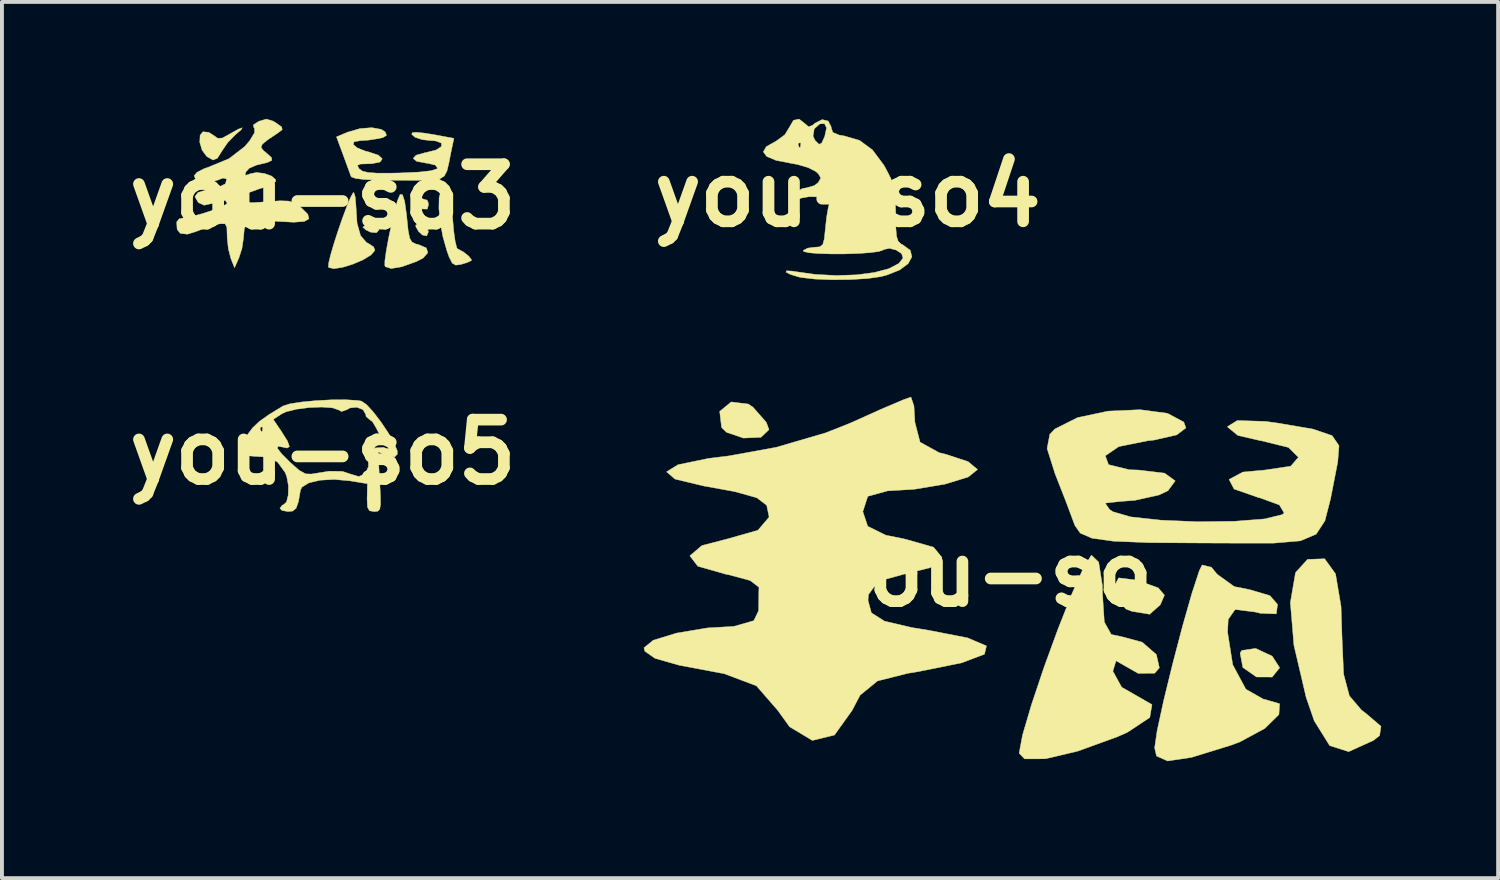
<source format=kicad_pcb>
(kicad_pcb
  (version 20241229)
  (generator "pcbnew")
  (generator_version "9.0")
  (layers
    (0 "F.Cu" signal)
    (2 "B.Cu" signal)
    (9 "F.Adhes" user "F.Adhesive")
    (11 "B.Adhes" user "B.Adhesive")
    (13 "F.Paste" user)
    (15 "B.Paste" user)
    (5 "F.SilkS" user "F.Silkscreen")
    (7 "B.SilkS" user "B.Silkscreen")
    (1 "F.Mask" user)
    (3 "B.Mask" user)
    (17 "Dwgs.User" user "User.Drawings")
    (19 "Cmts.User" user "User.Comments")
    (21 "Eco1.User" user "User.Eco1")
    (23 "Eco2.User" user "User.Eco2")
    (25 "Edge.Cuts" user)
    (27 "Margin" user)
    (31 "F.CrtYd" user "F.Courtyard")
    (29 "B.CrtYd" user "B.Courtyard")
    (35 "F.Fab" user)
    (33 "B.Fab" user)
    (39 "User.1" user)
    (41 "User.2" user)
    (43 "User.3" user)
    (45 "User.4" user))
  (footprint "you-so5"
    (layer "F.Cu")
    (at 5.232 8.55)
    (property "Reference" "you-so5" (at 0 0 0) (layer "F.SilkS") (effects (font (size 1.524 1.524) (thickness 0.3))))
    (attr through_hole)
    (fp_poly (pts (xy 0.886 -1.327) (xy 0.987 -1.311) (xy 1.117 -1.224) (xy 1.293 -1.033) (xy 1.488 -0.779) (xy 1.674 -0.502) (xy 1.823 -0.242) (xy 1.908 -0.04) (xy 1.914 0.048) (xy 1.842 0.123) (xy 1.688 0.098) (xy 1.642 0.081) (xy 1.416 -0.005) (xy 1.459 0.76) (xy 1.478 1.121) (xy 1.48 1.345) (xy 1.459 1.466) (xy 1.409 1.515) (xy 1.324 1.524) (xy 1.316 1.524) (xy 1.197 1.503) (xy 1.145 1.41) (xy 1.135 1.199) (xy 1.136 1.166) (xy 1.143 0.809) (xy 0.691 0.735) (xy 0.292 0.699) (xy -0.069 0.719) (xy -0.357 0.787) (xy -0.535 0.896) (xy -0.574 0.974) (xy -0.626 1.272) (xy -0.685 1.438) (xy -0.771 1.51) (xy -0.891 1.524) (xy -1.049 1.495) (xy -1.101 1.439) (xy -1.039 1.357) (xy -1.02 1.355) (xy -0.933 1.281) (xy -0.887 1.098) (xy -0.883 0.86) (xy -0.926 0.624) (xy -0.967 0.521) (xy -1.159 0.257) (xy -1.412 0.127) (xy -1.745 0.107) (xy -1.992 0.086) (xy -2.097 -0.021) (xy -2.063 -0.218) (xy -1.937 -0.445) (xy -1.826 -0.593) (xy -1.609 -0.593) (xy -1.578 -0.523) (xy -1.552 -0.536) (xy -1.542 -0.637) (xy -1.552 -0.649) (xy -1.603 -0.637) (xy -1.609 -0.593) (xy -1.826 -0.593) (xy -1.801 -0.626) (xy -1.628 -0.789) (xy -1.555 -0.841) (xy -1.272 -0.841) (xy -1.06 -0.528) (xy -0.904 -0.279) (xy -0.857 -0.143) (xy -0.918 -0.105) (xy -1.016 -0.127) (xy -1.15 -0.152) (xy -1.165 -0.099) (xy -1.056 0.043) (xy -0.832 0.268) (xy -0.605 0.467) (xy -0.438 0.557) (xy -0.284 0.561) (xy -0.261 0.556) (xy 0.162 0.488) (xy 0.503 0.493) (xy 0.712 0.562) (xy 0.921 0.626) (xy 1.089 0.551) (xy 1.171 0.366) (xy 1.168 0.257) (xy 1.199 0.03) (xy 1.341 -0.109) (xy 1.552 -0.122) (xy 1.584 -0.111) (xy 1.685 -0.084) (xy 1.666 -0.139) (xy 1.604 -0.218) (xy 1.47 -0.422) (xy 1.373 -0.614) (xy 1.276 -0.779) (xy 1.187 -0.847) (xy 1.109 -0.915) (xy 1.101 -0.968) (xy 1.031 -1.091) (xy 0.87 -1.153) (xy 0.692 -1.134) (xy 0.631 -1.097) (xy 0.483 -1.042) (xy 0.4 -1.085) (xy 0.239 -1.139) (xy -0.032 -1.157) (xy -0.356 -1.144) (xy -0.678 -1.102) (xy -0.943 -1.036) (xy -1.054 -0.984) (xy -1.272 -0.841) (xy -1.555 -0.841) (xy -1.38 -0.965) (xy -1.02 -1.185) (xy -0.844 -1.241) (xy -0.547 -1.287) (xy -0.177 -1.322) (xy 0.217 -1.343) (xy 0.588 -1.345) (xy 0.886 -1.327)) (stroke (width 0.01) (type solid)) (fill yes) (layer "F.SilkS")))
  (footprint "you-so"
    (layer "F.Cu")
    (at 22.293 11.682)
    (property "Reference" "you-so" (at 0 0 0) (layer "F.SilkS") (effects (font (size 1.524 1.524) (thickness 0.3))))
    (attr through_hole)
    (fp_poly (pts (xy 7.294 2.101) (xy 7.486 2.398) (xy 7.293 2.637) (xy 6.89 2.635) (xy 6.543 2.394) (xy 6.54 2.389) (xy 6.471 2.024) (xy 6.512 1.954) (xy 6.87 1.902) (xy 7.294 2.101)) (stroke (width 0.01) (type solid)) (fill yes) (layer "F.SilkS"))
    (fp_poly (pts (xy -6.146 -4.367) (xy -6.027 -4.287) (xy -5.685 -3.899) (xy -5.615 -3.71) (xy -5.822 -3.513) (xy -6.271 -3.494) (xy -6.706 -3.642) (xy -6.832 -3.766) (xy -6.88 -4.178) (xy -6.586 -4.42) (xy -6.146 -4.367)) (stroke (width 0.01) (type solid)) (fill yes) (layer "F.SilkS"))
    (fp_poly (pts (xy 3.81 0.149) (xy 4.372 0.349) (xy 4.53 0.536) (xy 4.423 0.784) (xy 4.15 1.026) (xy 3.694 0.951) (xy 3.543 0.892) (xy 3.24 0.54) (xy 3.208 0.361) (xy 3.356 0.093) (xy 3.81 0.149)) (stroke (width 0.01) (type solid)) (fill yes) (layer "F.SilkS"))
    (fp_poly (pts (xy 8.919 -0.01) (xy 9.06 0.825) (xy 9.086 1.638) (xy 9.126 2.56) (xy 9.274 3.119) (xy 9.585 3.485) (xy 9.692 3.565) (xy 10.085 3.9) (xy 10.05 4.137) (xy 9.893 4.262) (xy 9.256 4.551) (xy 8.768 4.396) (xy 8.373 3.762) (xy 8.165 3.16) (xy 7.851 1.82) (xy 7.76 0.725) (xy 7.892 -0.042) (xy 8.2 -0.382) (xy 8.64 -0.397) (xy 8.919 -0.01)) (stroke (width 0.01) (type solid)) (fill yes) (layer "F.SilkS"))
    (fp_poly (pts (xy 5.735 -0.18) (xy 5.883 0.001) (xy 6.321 0.316) (xy 6.714 0.394) (xy 7.235 0.548) (xy 7.431 0.773) (xy 7.4 1.017) (xy 6.99 1.001) (xy 6.853 0.968) (xy 6.343 0.904) (xy 6.166 1.156) (xy 6.149 1.483) (xy 6.281 2.32) (xy 6.618 2.948) (xy 7.074 3.208) (xy 7.095 3.208) (xy 7.484 3.321) (xy 7.467 3.598) (xy 7.107 3.954) (xy 6.468 4.299) (xy 6.236 4.386) (xy 5.22 4.699) (xy 4.61 4.79) (xy 4.326 4.663) (xy 4.278 4.454) (xy 4.342 4.012) (xy 4.509 3.243) (xy 4.74 2.298) (xy 4.995 1.327) (xy 5.236 0.482) (xy 5.423 -0.088) (xy 5.496 -0.238) (xy 5.735 -0.18)) (stroke (width 0.01) (type solid)) (fill yes) (layer "F.SilkS"))
    (fp_poly (pts (xy 2.843 -0.311) (xy 2.936 0.279) (xy 2.941 0.512) (xy 2.987 1.226) (xy 3.166 1.545) (xy 3.443 1.604) (xy 3.959 1.743) (xy 4.323 2.059) (xy 4.399 2.401) (xy 4.279 2.539) (xy 3.856 2.543) (xy 3.598 2.397) (xy 3.288 2.22) (xy 3.208 2.479) (xy 3.208 2.489) (xy 3.432 2.897) (xy 3.743 3.075) (xy 4.21 3.343) (xy 4.154 3.675) (xy 3.581 4.054) (xy 3.328 4.167) (xy 2.303 4.539) (xy 1.473 4.735) (xy 0.941 4.736) (xy 0.802 4.592) (xy 0.889 4.125) (xy 1.118 3.347) (xy 1.438 2.393) (xy 1.801 1.399) (xy 2.157 0.498) (xy 2.456 -0.173) (xy 2.65 -0.481) (xy 2.661 -0.486) (xy 2.843 -0.311)) (stroke (width 0.01) (type solid)) (fill yes) (layer "F.SilkS"))
    (fp_poly (pts (xy 4.607 -4.129) (xy 5.026 -3.905) (xy 5.08 -3.754) (xy 4.844 -3.575) (xy 4.26 -3.442) (xy 4.098 -3.425) (xy 3.358 -3.275) (xy 3.013 -3.04) (xy 3.094 -2.813) (xy 3.629 -2.681) (xy 3.855 -2.674) (xy 4.534 -2.594) (xy 4.806 -2.396) (xy 4.62 -2.143) (xy 4.39 -2.034) (xy 3.769 -1.896) (xy 3.387 -1.867) (xy 3.009 -1.825) (xy 3.12 -1.664) (xy 3.208 -1.604) (xy 3.664 -1.472) (xy 4.443 -1.387) (xy 5.384 -1.348) (xy 6.324 -1.359) (xy 7.101 -1.42) (xy 7.554 -1.531) (xy 7.6 -1.572) (xy 7.478 -1.779) (xy 6.983 -1.959) (xy 6.947 -1.966) (xy 6.316 -2.186) (xy 6.187 -2.433) (xy 6.542 -2.622) (xy 7.108 -2.674) (xy 7.77 -2.773) (xy 7.966 -3.001) (xy 7.712 -3.253) (xy 7.022 -3.423) (xy 6.998 -3.426) (xy 6.414 -3.561) (xy 6.151 -3.775) (xy 6.149 -3.79) (xy 6.398 -3.944) (xy 7.126 -3.921) (xy 7.419 -3.881) (xy 8.337 -3.725) (xy 8.831 -3.557) (xy 9.008 -3.299) (xy 8.975 -2.877) (xy 8.958 -2.791) (xy 8.792 -1.938) (xy 8.646 -1.37) (xy 8.422 -1.028) (xy 8.018 -0.857) (xy 7.337 -0.799) (xy 6.278 -0.799) (xy 5.468 -0.802) (xy 4.125 -0.811) (xy 3.223 -0.848) (xy 2.669 -0.925) (xy 2.369 -1.056) (xy 2.23 -1.255) (xy 2.225 -1.27) (xy 2.011 -1.844) (xy 1.724 -2.577) (xy 1.719 -2.591) (xy 1.519 -3.227) (xy 1.589 -3.592) (xy 1.717 -3.726) (xy 2.3 -4.019) (xy 3.083 -4.185) (xy 3.905 -4.222) (xy 4.607 -4.129)) (stroke (width 0.01) (type solid)) (fill yes) (layer "F.SilkS"))
    (fp_poly (pts (xy -1.896 -4.316) (xy -1.872 -3.898) (xy -1.74 -3.39) (xy -1.25 -3.119) (xy -1.069 -3.075) (xy -0.508 -2.89) (xy -0.268 -2.69) (xy -0.267 -2.686) (xy -0.505 -2.494) (xy -1.104 -2.311) (xy -1.891 -2.18) (xy -2.573 -2.139) (xy -3.081 -1.999) (xy -3.208 -1.607) (xy -3.082 -1.231) (xy -2.621 -1.003) (xy -2.129 -0.903) (xy -1.393 -0.694) (xy -1.176 -0.429) (xy -1.476 -0.17) (xy -2.16 0) (xy -2.816 0.181) (xy -3.063 0.521) (xy -3.075 0.668) (xy -2.989 0.989) (xy -2.652 1.203) (xy -1.947 1.368) (xy -1.537 1.434) (xy -0.52 1.632) (xy -0.036 1.838) (xy -0.087 2.051) (xy -0.67 2.272) (xy -1.787 2.498) (xy -2.048 2.54) (xy -2.831 2.737) (xy -3.278 3.102) (xy -3.484 3.495) (xy -3.936 4.125) (xy -4.503 4.264) (xy -5.087 3.913) (xy -5.392 3.49) (xy -5.938 2.862) (xy -6.768 2.55) (xy -6.863 2.533) (xy -7.924 2.333) (xy -8.54 2.157) (xy -8.799 1.976) (xy -8.823 1.887) (xy -8.585 1.693) (xy -7.985 1.509) (xy -7.197 1.377) (xy -6.517 1.337) (xy -6.005 1.191) (xy -5.882 0.936) (xy -5.876 0.446) (xy -5.872 0.334) (xy -6.097 0.161) (xy -6.659 0.01) (xy -6.719 0) (xy -7.442 -0.206) (xy -7.646 -0.473) (xy -7.336 -0.737) (xy -6.695 -0.903) (xy -5.901 -1.128) (xy -5.615 -1.463) (xy -5.615 -1.482) (xy -5.674 -1.769) (xy -5.929 -1.963) (xy -6.5 -2.122) (xy -7.286 -2.264) (xy -8.025 -2.441) (xy -8.243 -2.628) (xy -7.951 -2.81) (xy -7.162 -2.973) (xy -6.64 -3.037) (xy -5.431 -3.257) (xy -4.158 -3.629) (xy -3.533 -3.877) (xy -2.744 -4.232) (xy -2.175 -4.474) (xy -1.973 -4.545) (xy -1.896 -4.316)) (stroke (width 0.01) (type solid)) (fill yes) (layer "F.SilkS")))
  (footprint "you-so4"
    (layer "F.Cu")
    (at 18.697 1.938)
    (property "Reference" "you-so4" (at 0 0 0) (layer "F.SilkS") (effects (font (size 1.524 1.524) (thickness 0.3))))
    (attr through_hole)
    (fp_poly (pts (xy -1.099 -1.818) (xy -1.002 -1.735) (xy -0.9 -1.775) (xy -0.838 -1.828) (xy -0.655 -1.92) (xy -0.5 -1.883) (xy -0.424 -1.734) (xy -0.423 -1.707) (xy -0.38 -1.592) (xy -0.225 -1.525) (xy -0.089 -1.501) (xy 0.305 -1.386) (xy 0.635 -1.143) (xy 0.926 -0.753) (xy 0.978 -0.662) (xy 1.106 -0.411) (xy 1.181 -0.187) (xy 1.218 0.071) (xy 1.23 0.426) (xy 1.23 0.5) (xy 1.235 0.852) (xy 1.253 1.072) (xy 1.293 1.198) (xy 1.364 1.268) (xy 1.415 1.294) (xy 1.606 1.434) (xy 1.646 1.601) (xy 1.551 1.775) (xy 1.332 1.938) (xy 1.003 2.069) (xy 0.847 2.109) (xy 0.502 2.158) (xy 0.064 2.184) (xy -0.406 2.189) (xy -0.844 2.171) (xy -1.191 2.131) (xy -1.253 2.118) (xy -1.47 2.052) (xy -1.581 1.993) (xy -1.571 1.959) (xy -1.423 1.967) (xy -1.378 1.975) (xy -0.83 2.052) (xy -0.284 2.08) (xy 0.232 2.062) (xy 0.688 2.002) (xy 1.058 1.903) (xy 1.314 1.769) (xy 1.419 1.631) (xy 1.382 1.518) (xy 1.243 1.426) (xy 1.069 1.382) (xy 0.926 1.413) (xy 0.912 1.425) (xy 0.798 1.464) (xy 0.569 1.494) (xy 0.262 1.515) (xy -0.085 1.526) (xy -0.435 1.526) (xy -0.751 1.516) (xy -0.995 1.496) (xy -1.13 1.464) (xy -1.143 1.439) (xy -1.028 1.377) (xy -0.852 1.355) (xy -0.717 1.344) (xy -0.64 1.286) (xy -0.6 1.14) (xy -0.572 0.868) (xy -0.54 0.576) (xy -0.499 0.339) (xy -0.472 0.243) (xy -0.466 0.147) (xy -0.573 0.091) (xy -0.736 0.064) (xy -0.989 0.057) (xy -1.192 0.094) (xy -1.214 0.103) (xy -1.36 0.148) (xy -1.416 0.136) (xy -1.419 0.04) (xy -1.316 -0.071) (xy -1.158 -0.153) (xy -1.058 -0.169) (xy -0.855 -0.227) (xy -0.754 -0.306) (xy -0.691 -0.422) (xy -0.752 -0.529) (xy -0.823 -0.591) (xy -1.013 -0.688) (xy -1.292 -0.77) (xy -1.449 -0.798) (xy -1.839 -0.874) (xy -2.079 -0.975) (xy -2.165 -1.094) (xy -2.09 -1.224) (xy -2.01 -1.27) (xy -1.27 -1.27) (xy -1.239 -1.2) (xy -1.214 -1.214) (xy -1.203 -1.314) (xy -1.214 -1.326) (xy -1.264 -1.315) (xy -1.27 -1.27) (xy -2.01 -1.27) (xy -1.852 -1.359) (xy -1.847 -1.361) (xy -1.659 -1.497) (xy -0.889 -1.497) (xy -0.838 -1.386) (xy -0.737 -1.287) (xy -0.668 -1.315) (xy -0.59 -1.488) (xy -0.59 -1.489) (xy -0.542 -1.707) (xy -0.596 -1.817) (xy -0.716 -1.81) (xy -0.859 -1.682) (xy -0.889 -1.497) (xy -1.659 -1.497) (xy -1.614 -1.53) (xy -1.506 -1.707) (xy -1.392 -1.902) (xy -1.246 -1.933) (xy -1.099 -1.818)) (stroke (width 0.01) (type solid)) (fill yes) (layer "F.SilkS")))
  (footprint "you-so3"
    (layer "F.Cu")
    (at 5.232 1.998)
    (property "Reference" "you-so3" (at 0 0 0) (layer "F.SilkS") (effects (font (size 1.524 1.524) (thickness 0.3))))
    (attr through_hole)
    (fp_poly (pts (xy 1.299 0.029) (xy 1.352 0.05) (xy 1.466 0.153) (xy 1.453 0.233) (xy 1.371 0.293) (xy 1.237 0.229) (xy 1.223 0.219) (xy 1.117 0.095) (xy 1.152 0.019) (xy 1.299 0.029)) (stroke (width 0.01) (type solid)) (fill yes) (layer "F.SilkS"))
    (fp_poly (pts (xy 1.422 0.786) (xy 1.439 0.852) (xy 1.376 0.922) (xy 1.225 0.908) (xy 1.103 0.85) (xy 1.025 0.778) (xy 1.106 0.722) (xy 1.12 0.717) (xy 1.301 0.703) (xy 1.422 0.786)) (stroke (width 0.01) (type solid)) (fill yes) (layer "F.SilkS"))
    (fp_poly (pts (xy 2.635 0.773) (xy 2.708 0.885) (xy 2.709 0.898) (xy 2.664 1.005) (xy 2.551 0.979) (xy 2.454 0.887) (xy 2.384 0.763) (xy 2.389 0.716) (xy 2.501 0.701) (xy 2.635 0.773)) (stroke (width 0.01) (type solid)) (fill yes) (layer "F.SilkS"))
    (fp_poly (pts (xy 2.505 0.033) (xy 2.64 0.078) (xy 2.674 0.085) (xy 2.705 0.154) (xy 2.709 0.212) (xy 2.678 0.316) (xy 2.557 0.312) (xy 2.477 0.283) (xy 2.381 0.171) (xy 2.371 0.111) (xy 2.424 0.022) (xy 2.505 0.033)) (stroke (width 0.01) (type solid)) (fill yes) (layer "F.SilkS"))
    (fp_poly (pts (xy -2.097 -1.718) (xy -2.234 -1.601) (xy -2.438 -1.394) (xy -2.586 -1.178) (xy -2.705 -0.988) (xy -2.816 -0.943) (xy -2.965 -1.026) (xy -2.98 -1.037) (xy -3.097 -1.195) (xy -3.157 -1.397) (xy -3.149 -1.578) (xy -3.077 -1.668) (xy -2.926 -1.653) (xy -2.809 -1.579) (xy -2.696 -1.5) (xy -2.582 -1.506) (xy -2.398 -1.604) (xy -2.386 -1.612) (xy -2.166 -1.736) (xy -2.067 -1.771) (xy -2.097 -1.718)) (stroke (width 0.01) (type solid)) (fill yes) (layer "F.SilkS"))
    (fp_poly (pts (xy 0.832 0.005) (xy 0.848 0.205) (xy 0.878 0.677) (xy 0.968 0.997) (xy 1.12 1.173) (xy 1.162 1.193) (xy 1.304 1.286) (xy 1.336 1.376) (xy 1.234 1.494) (xy 1.029 1.618) (xy 0.77 1.729) (xy 0.505 1.81) (xy 0.282 1.845) (xy 0.151 1.814) (xy 0.143 1.804) (xy 0.149 1.702) (xy 0.201 1.487) (xy 0.286 1.197) (xy 0.392 0.869) (xy 0.507 0.538) (xy 0.618 0.241) (xy 0.712 0.016) (xy 0.777 -0.102) (xy 0.795 -0.109) (xy 0.832 0.005)) (stroke (width 0.01) (type solid)) (fill yes) (layer "F.SilkS"))
    (fp_poly (pts (xy 2.043 -0.054) (xy 2.099 0.118) (xy 2.147 0.457) (xy 2.156 0.545) (xy 2.189 0.867) (xy 2.227 1.06) (xy 2.286 1.161) (xy 2.383 1.21) (xy 2.462 1.229) (xy 2.656 1.314) (xy 2.694 1.434) (xy 2.577 1.569) (xy 2.408 1.658) (xy 2.027 1.795) (xy 1.755 1.841) (xy 1.608 1.796) (xy 1.59 1.765) (xy 1.592 1.638) (xy 1.627 1.39) (xy 1.686 1.063) (xy 1.763 0.7) (xy 1.847 0.344) (xy 1.912 0.106) (xy 1.981 -0.058) (xy 2.043 -0.054)) (stroke (width 0.01) (type solid)) (fill yes) (layer "F.SilkS"))
    (fp_poly (pts (xy 3.253 -0.175) (xy 3.284 0.035) (xy 3.314 0.339) (xy 3.328 0.528) (xy 3.357 0.872) (xy 3.395 1.144) (xy 3.436 1.307) (xy 3.455 1.335) (xy 3.601 1.411) (xy 3.739 1.52) (xy 3.812 1.613) (xy 3.81 1.637) (xy 3.704 1.687) (xy 3.545 1.735) (xy 3.409 1.754) (xy 3.319 1.702) (xy 3.239 1.543) (xy 3.182 1.382) (xy 3.08 1.024) (xy 3.011 0.65) (xy 2.978 0.302) (xy 2.983 0.022) (xy 3.031 -0.15) (xy 3.056 -0.176) (xy 3.188 -0.243) (xy 3.226 -0.253) (xy 3.253 -0.175)) (stroke (width 0.01) (type solid)) (fill yes) (layer "F.SilkS"))
    (fp_poly (pts (xy 1.501 -1.729) (xy 1.6 -1.662) (xy 1.635 -1.575) (xy 1.541 -1.519) (xy 1.43 -1.493) (xy 1.167 -1.453) (xy 0.956 -1.439) (xy 0.8 -1.411) (xy 0.782 -1.341) (xy 0.885 -1.253) (xy 1.089 -1.172) (xy 1.171 -1.152) (xy 1.425 -1.068) (xy 1.525 -0.974) (xy 1.47 -0.893) (xy 1.26 -0.849) (xy 1.175 -0.847) (xy 0.962 -0.839) (xy 0.888 -0.805) (xy 0.924 -0.729) (xy 0.934 -0.717) (xy 1.014 -0.659) (xy 1.159 -0.623) (xy 1.398 -0.606) (xy 1.762 -0.607) (xy 1.974 -0.611) (xy 2.458 -0.633) (xy 2.775 -0.668) (xy 2.927 -0.717) (xy 2.941 -0.735) (xy 2.889 -0.812) (xy 2.693 -0.859) (xy 2.658 -0.862) (xy 2.406 -0.91) (xy 2.317 -0.984) (xy 2.39 -1.065) (xy 2.625 -1.132) (xy 2.663 -1.138) (xy 2.915 -1.204) (xy 3.044 -1.292) (xy 3.041 -1.377) (xy 2.898 -1.432) (xy 2.773 -1.441) (xy 2.548 -1.466) (xy 2.368 -1.526) (xy 2.281 -1.6) (xy 2.293 -1.644) (xy 2.394 -1.654) (xy 2.61 -1.633) (xy 2.851 -1.594) (xy 3.363 -1.499) (xy 3.289 -1.151) (xy 3.233 -0.864) (xy 3.185 -0.664) (xy 3.118 -0.534) (xy 3.004 -0.461) (xy 2.814 -0.428) (xy 2.52 -0.421) (xy 2.094 -0.423) (xy 1.943 -0.423) (xy 1.432 -0.428) (xy 1.072 -0.443) (xy 0.846 -0.469) (xy 0.736 -0.508) (xy 0.72 -0.529) (xy 0.672 -0.663) (xy 0.587 -0.897) (xy 0.517 -1.086) (xy 0.35 -1.537) (xy 0.638 -1.658) (xy 0.952 -1.749) (xy 1.258 -1.773) (xy 1.501 -1.729)) (stroke (width 0.01) (type solid)) (fill yes) (layer "F.SilkS"))
    (fp_poly (pts (xy -1.274 -1.94) (xy -1.2 -1.895) (xy -1.055 -1.79) (xy -1.043 -1.722) (xy -1.147 -1.641) (xy -1.411 -1.464) (xy -1.551 -1.351) (xy -1.586 -1.271) (xy -1.532 -1.194) (xy -1.438 -1.115) (xy -1.319 -1.007) (xy -1.307 -0.936) (xy -1.419 -0.881) (xy -1.677 -0.818) (xy -1.705 -0.812) (xy -1.89 -0.731) (xy -1.978 -0.634) (xy -1.99 -0.549) (xy -1.895 -0.575) (xy -1.869 -0.589) (xy -1.702 -0.623) (xy -1.497 -0.597) (xy -1.314 -0.531) (xy -1.212 -0.441) (xy -1.209 -0.395) (xy -1.303 -0.32) (xy -1.506 -0.24) (xy -1.614 -0.21) (xy -1.891 -0.11) (xy -2.014 0.016) (xy -2.017 0.029) (xy -2.016 0.104) (xy -1.955 0.143) (xy -1.799 0.151) (xy -1.517 0.133) (xy -1.425 0.126) (xy -1.096 0.103) (xy -0.882 0.11) (xy -0.732 0.155) (xy -0.594 0.248) (xy -0.558 0.277) (xy -0.386 0.447) (xy -0.356 0.565) (xy -0.473 0.632) (xy -0.743 0.653) (xy -1.162 0.631) (xy -1.551 0.606) (xy -1.802 0.619) (xy -1.946 0.684) (xy -2.014 0.816) (xy -2.034 1.031) (xy -2.035 1.058) (xy -2.075 1.327) (xy -2.152 1.566) (xy -2.265 1.82) (xy -2.36 1.582) (xy -2.424 1.335) (xy -2.455 1.042) (xy -2.455 1) (xy -2.462 0.782) (xy -2.508 0.694) (xy -2.63 0.692) (xy -2.723 0.71) (xy -3.006 0.791) (xy -3.235 0.885) (xy -3.472 0.96) (xy -3.656 0.939) (xy -3.738 0.838) (xy -3.75 0.646) (xy -3.683 0.565) (xy -3.598 0.548) (xy -3.38 0.51) (xy -3.109 0.438) (xy -2.836 0.35) (xy -2.607 0.261) (xy -2.473 0.188) (xy -2.455 0.163) (xy -2.501 0.094) (xy -2.653 0.108) (xy -2.845 0.173) (xy -3.046 0.217) (xy -3.186 0.152) (xy -3.2 0.139) (xy -3.282 -0.003) (xy -3.205 -0.109) (xy -2.966 -0.186) (xy -2.885 -0.201) (xy -2.659 -0.256) (xy -2.511 -0.326) (xy -2.494 -0.345) (xy -2.468 -0.458) (xy -2.562 -0.48) (xy -2.71 -0.423) (xy -2.911 -0.368) (xy -3.118 -0.384) (xy -3.267 -0.459) (xy -3.302 -0.539) (xy -3.228 -0.628) (xy -3.042 -0.723) (xy -2.942 -0.757) (xy -2.406 -0.978) (xy -2.002 -1.29) (xy -1.873 -1.444) (xy -1.75 -1.648) (xy -1.754 -1.76) (xy -1.77 -1.773) (xy -1.782 -1.845) (xy -1.643 -1.936) (xy -1.448 -1.993) (xy -1.274 -1.94)) (stroke (width 0.01) (type solid)) (fill yes) (layer "F.SilkS")))
  (gr_rect
    (start -3 -3)
    (end 35.383 19.478)
    (stroke (width 0.1) (type default))
    (fill no)
    (layer "Edge.Cuts")))
</source>
